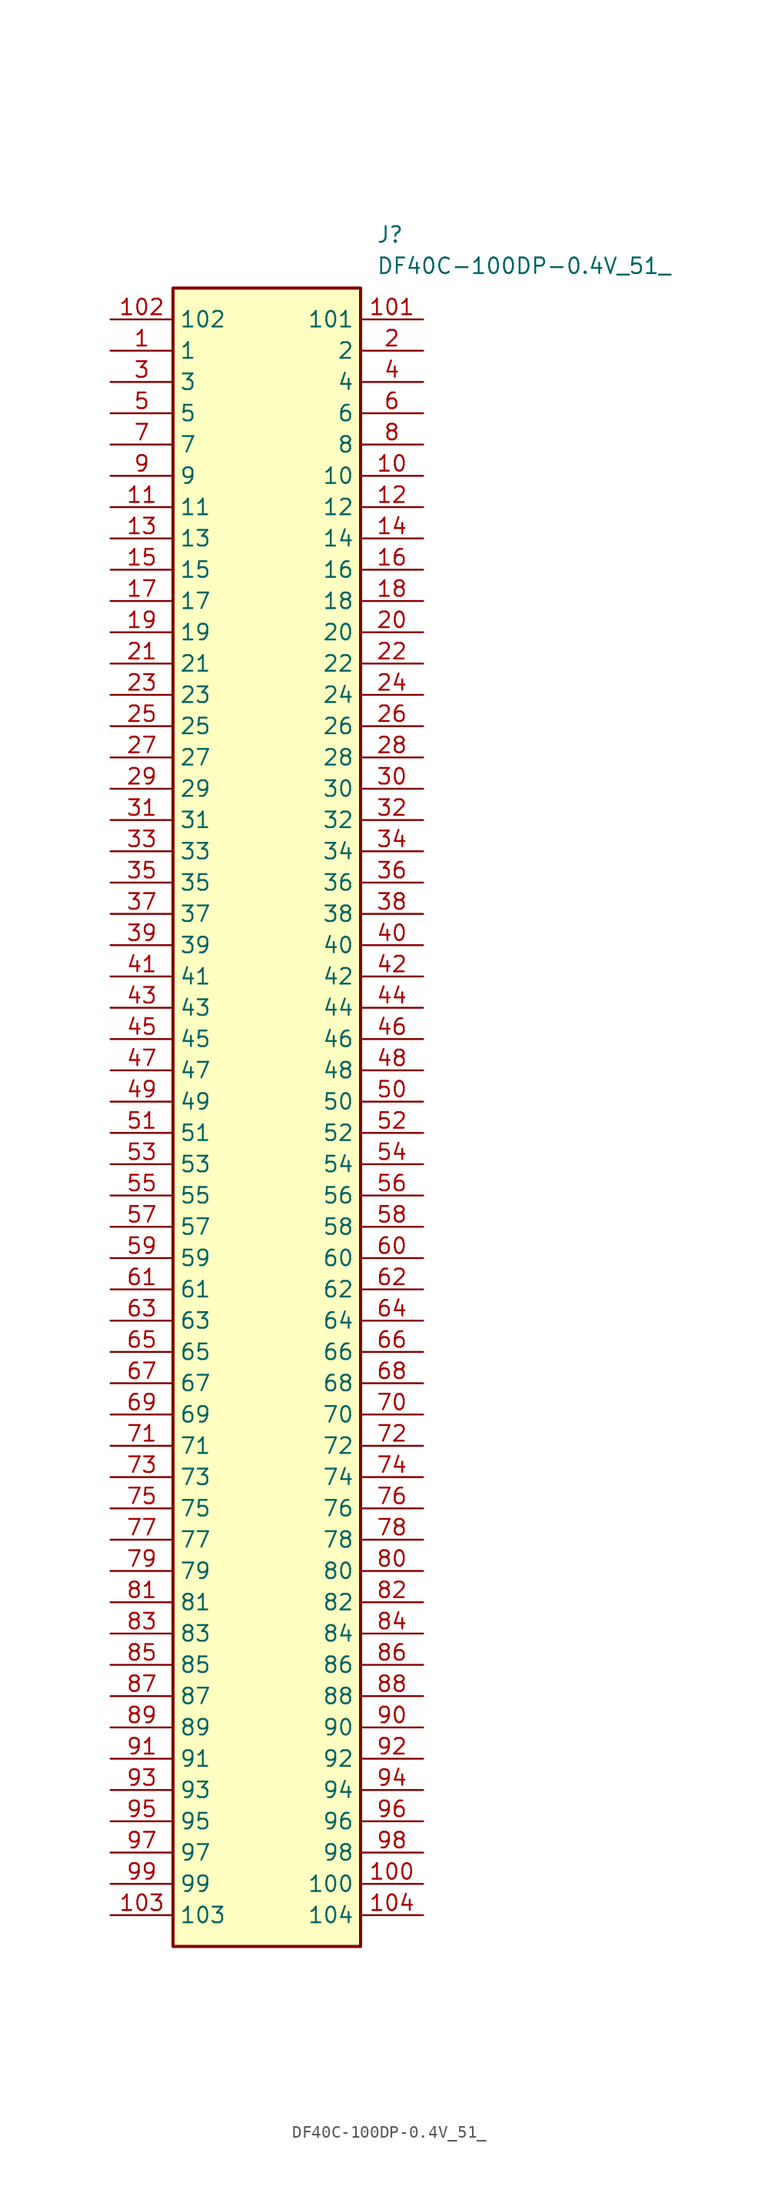
<source format=kicad_sym>
(kicad_symbol_lib
  (version 20211014)
  (generator SamacSys_ECAD_Model)
  (symbol "DF40C-100DP-0.4V_51_"
    (property "Reference" "J"
      (at 21.59 7.62 0)
      (effects (font (size 1.27 1.27)) (justify left top)))
    (property "Value" "DF40C-100DP-0.4V_51_"
      (at 21.59 5.08 0)
      (effects (font (size 1.27 1.27)) (justify left top)))
    (rectangle
      (start 5.08 2.54)
      (end 20.32 -132.08)
      (stroke (width 0.254) (type default))
      (fill (type background)))
    (pin passive line
      (at 0 -2.54 0)
      (length 5.08)
      (name "1" (effects (font (size 1.27 1.27))))
      (number "1" (effects (font (size 1.27 1.27)))))
    (pin passive line
      (at 25.4 -2.54 180)
      (length 5.08)
      (name "2" (effects (font (size 1.27 1.27))))
      (number "2" (effects (font (size 1.27 1.27)))))
    (pin passive line
      (at 0 -5.08 0)
      (length 5.08)
      (name "3" (effects (font (size 1.27 1.27))))
      (number "3" (effects (font (size 1.27 1.27)))))
    (pin passive line
      (at 25.4 -5.08 180)
      (length 5.08)
      (name "4" (effects (font (size 1.27 1.27))))
      (number "4" (effects (font (size 1.27 1.27)))))
    (pin passive line
      (at 0 -7.62 0)
      (length 5.08)
      (name "5" (effects (font (size 1.27 1.27))))
      (number "5" (effects (font (size 1.27 1.27)))))
    (pin passive line
      (at 25.4 -7.62 180)
      (length 5.08)
      (name "6" (effects (font (size 1.27 1.27))))
      (number "6" (effects (font (size 1.27 1.27)))))
    (pin passive line
      (at 0 -10.16 0)
      (length 5.08)
      (name "7" (effects (font (size 1.27 1.27))))
      (number "7" (effects (font (size 1.27 1.27)))))
    (pin passive line
      (at 25.4 -10.16 180)
      (length 5.08)
      (name "8" (effects (font (size 1.27 1.27))))
      (number "8" (effects (font (size 1.27 1.27)))))
    (pin passive line
      (at 0 -12.7 0)
      (length 5.08)
      (name "9" (effects (font (size 1.27 1.27))))
      (number "9" (effects (font (size 1.27 1.27)))))
    (pin passive line
      (at 25.4 -12.7 180)
      (length 5.08)
      (name "10" (effects (font (size 1.27 1.27))))
      (number "10" (effects (font (size 1.27 1.27)))))
    (pin passive line
      (at 0 -15.24 0)
      (length 5.08)
      (name "11" (effects (font (size 1.27 1.27))))
      (number "11" (effects (font (size 1.27 1.27)))))
    (pin passive line
      (at 25.4 -15.24 180)
      (length 5.08)
      (name "12" (effects (font (size 1.27 1.27))))
      (number "12" (effects (font (size 1.27 1.27)))))
    (pin passive line
      (at 0 -17.78 0)
      (length 5.08)
      (name "13" (effects (font (size 1.27 1.27))))
      (number "13" (effects (font (size 1.27 1.27)))))
    (pin passive line
      (at 25.4 -17.78 180)
      (length 5.08)
      (name "14" (effects (font (size 1.27 1.27))))
      (number "14" (effects (font (size 1.27 1.27)))))
    (pin passive line
      (at 0 -20.32 0)
      (length 5.08)
      (name "15" (effects (font (size 1.27 1.27))))
      (number "15" (effects (font (size 1.27 1.27)))))
    (pin passive line
      (at 25.4 -20.32 180)
      (length 5.08)
      (name "16" (effects (font (size 1.27 1.27))))
      (number "16" (effects (font (size 1.27 1.27)))))
    (pin passive line
      (at 0 -22.86 0)
      (length 5.08)
      (name "17" (effects (font (size 1.27 1.27))))
      (number "17" (effects (font (size 1.27 1.27)))))
    (pin passive line
      (at 25.4 -22.86 180)
      (length 5.08)
      (name "18" (effects (font (size 1.27 1.27))))
      (number "18" (effects (font (size 1.27 1.27)))))
    (pin passive line
      (at 0 -25.4 0)
      (length 5.08)
      (name "19" (effects (font (size 1.27 1.27))))
      (number "19" (effects (font (size 1.27 1.27)))))
    (pin passive line
      (at 25.4 -25.4 180)
      (length 5.08)
      (name "20" (effects (font (size 1.27 1.27))))
      (number "20" (effects (font (size 1.27 1.27)))))
    (pin passive line
      (at 0 -27.94 0)
      (length 5.08)
      (name "21" (effects (font (size 1.27 1.27))))
      (number "21" (effects (font (size 1.27 1.27)))))
    (pin passive line
      (at 25.4 -27.94 180)
      (length 5.08)
      (name "22" (effects (font (size 1.27 1.27))))
      (number "22" (effects (font (size 1.27 1.27)))))
    (pin passive line
      (at 0 -30.48 0)
      (length 5.08)
      (name "23" (effects (font (size 1.27 1.27))))
      (number "23" (effects (font (size 1.27 1.27)))))
    (pin passive line
      (at 25.4 -30.48 180)
      (length 5.08)
      (name "24" (effects (font (size 1.27 1.27))))
      (number "24" (effects (font (size 1.27 1.27)))))
    (pin passive line
      (at 0 -33.02 0)
      (length 5.08)
      (name "25" (effects (font (size 1.27 1.27))))
      (number "25" (effects (font (size 1.27 1.27)))))
    (pin passive line
      (at 25.4 -33.02 180)
      (length 5.08)
      (name "26" (effects (font (size 1.27 1.27))))
      (number "26" (effects (font (size 1.27 1.27)))))
    (pin passive line
      (at 0 -35.56 0)
      (length 5.08)
      (name "27" (effects (font (size 1.27 1.27))))
      (number "27" (effects (font (size 1.27 1.27)))))
    (pin passive line
      (at 25.4 -35.56 180)
      (length 5.08)
      (name "28" (effects (font (size 1.27 1.27))))
      (number "28" (effects (font (size 1.27 1.27)))))
    (pin passive line
      (at 0 -38.1 0)
      (length 5.08)
      (name "29" (effects (font (size 1.27 1.27))))
      (number "29" (effects (font (size 1.27 1.27)))))
    (pin passive line
      (at 25.4 -38.1 180)
      (length 5.08)
      (name "30" (effects (font (size 1.27 1.27))))
      (number "30" (effects (font (size 1.27 1.27)))))
    (pin passive line
      (at 0 -40.64 0)
      (length 5.08)
      (name "31" (effects (font (size 1.27 1.27))))
      (number "31" (effects (font (size 1.27 1.27)))))
    (pin passive line
      (at 25.4 -40.64 180)
      (length 5.08)
      (name "32" (effects (font (size 1.27 1.27))))
      (number "32" (effects (font (size 1.27 1.27)))))
    (pin passive line
      (at 0 -43.18 0)
      (length 5.08)
      (name "33" (effects (font (size 1.27 1.27))))
      (number "33" (effects (font (size 1.27 1.27)))))
    (pin passive line
      (at 25.4 -43.18 180)
      (length 5.08)
      (name "34" (effects (font (size 1.27 1.27))))
      (number "34" (effects (font (size 1.27 1.27)))))
    (pin passive line
      (at 0 -45.72 0)
      (length 5.08)
      (name "35" (effects (font (size 1.27 1.27))))
      (number "35" (effects (font (size 1.27 1.27)))))
    (pin passive line
      (at 25.4 -45.72 180)
      (length 5.08)
      (name "36" (effects (font (size 1.27 1.27))))
      (number "36" (effects (font (size 1.27 1.27)))))
    (pin passive line
      (at 0 -48.26 0)
      (length 5.08)
      (name "37" (effects (font (size 1.27 1.27))))
      (number "37" (effects (font (size 1.27 1.27)))))
    (pin passive line
      (at 25.4 -48.26 180)
      (length 5.08)
      (name "38" (effects (font (size 1.27 1.27))))
      (number "38" (effects (font (size 1.27 1.27)))))
    (pin passive line
      (at 0 -50.8 0)
      (length 5.08)
      (name "39" (effects (font (size 1.27 1.27))))
      (number "39" (effects (font (size 1.27 1.27)))))
    (pin passive line
      (at 25.4 -50.8 180)
      (length 5.08)
      (name "40" (effects (font (size 1.27 1.27))))
      (number "40" (effects (font (size 1.27 1.27)))))
    (pin passive line
      (at 0 -53.34 0)
      (length 5.08)
      (name "41" (effects (font (size 1.27 1.27))))
      (number "41" (effects (font (size 1.27 1.27)))))
    (pin passive line
      (at 25.4 -53.34 180)
      (length 5.08)
      (name "42" (effects (font (size 1.27 1.27))))
      (number "42" (effects (font (size 1.27 1.27)))))
    (pin passive line
      (at 0 -55.88 0)
      (length 5.08)
      (name "43" (effects (font (size 1.27 1.27))))
      (number "43" (effects (font (size 1.27 1.27)))))
    (pin passive line
      (at 25.4 -55.88 180)
      (length 5.08)
      (name "44" (effects (font (size 1.27 1.27))))
      (number "44" (effects (font (size 1.27 1.27)))))
    (pin passive line
      (at 0 -58.42 0)
      (length 5.08)
      (name "45" (effects (font (size 1.27 1.27))))
      (number "45" (effects (font (size 1.27 1.27)))))
    (pin passive line
      (at 25.4 -58.42 180)
      (length 5.08)
      (name "46" (effects (font (size 1.27 1.27))))
      (number "46" (effects (font (size 1.27 1.27)))))
    (pin passive line
      (at 0 -60.96 0)
      (length 5.08)
      (name "47" (effects (font (size 1.27 1.27))))
      (number "47" (effects (font (size 1.27 1.27)))))
    (pin passive line
      (at 25.4 -60.96 180)
      (length 5.08)
      (name "48" (effects (font (size 1.27 1.27))))
      (number "48" (effects (font (size 1.27 1.27)))))
    (pin passive line
      (at 0 -63.5 0)
      (length 5.08)
      (name "49" (effects (font (size 1.27 1.27))))
      (number "49" (effects (font (size 1.27 1.27)))))
    (pin passive line
      (at 25.4 -63.5 180)
      (length 5.08)
      (name "50" (effects (font (size 1.27 1.27))))
      (number "50" (effects (font (size 1.27 1.27)))))
    (pin passive line
      (at 0 -66.04 0)
      (length 5.08)
      (name "51" (effects (font (size 1.27 1.27))))
      (number "51" (effects (font (size 1.27 1.27)))))
    (pin passive line
      (at 25.4 -66.04 180)
      (length 5.08)
      (name "52" (effects (font (size 1.27 1.27))))
      (number "52" (effects (font (size 1.27 1.27)))))
    (pin passive line
      (at 0 -68.58 0)
      (length 5.08)
      (name "53" (effects (font (size 1.27 1.27))))
      (number "53" (effects (font (size 1.27 1.27)))))
    (pin passive line
      (at 25.4 -68.58 180)
      (length 5.08)
      (name "54" (effects (font (size 1.27 1.27))))
      (number "54" (effects (font (size 1.27 1.27)))))
    (pin passive line
      (at 0 -71.12 0)
      (length 5.08)
      (name "55" (effects (font (size 1.27 1.27))))
      (number "55" (effects (font (size 1.27 1.27)))))
    (pin passive line
      (at 25.4 -71.12 180)
      (length 5.08)
      (name "56" (effects (font (size 1.27 1.27))))
      (number "56" (effects (font (size 1.27 1.27)))))
    (pin passive line
      (at 0 -73.66 0)
      (length 5.08)
      (name "57" (effects (font (size 1.27 1.27))))
      (number "57" (effects (font (size 1.27 1.27)))))
    (pin passive line
      (at 25.4 -73.66 180)
      (length 5.08)
      (name "58" (effects (font (size 1.27 1.27))))
      (number "58" (effects (font (size 1.27 1.27)))))
    (pin passive line
      (at 0 -76.2 0)
      (length 5.08)
      (name "59" (effects (font (size 1.27 1.27))))
      (number "59" (effects (font (size 1.27 1.27)))))
    (pin passive line
      (at 25.4 -76.2 180)
      (length 5.08)
      (name "60" (effects (font (size 1.27 1.27))))
      (number "60" (effects (font (size 1.27 1.27)))))
    (pin passive line
      (at 0 -78.74 0)
      (length 5.08)
      (name "61" (effects (font (size 1.27 1.27))))
      (number "61" (effects (font (size 1.27 1.27)))))
    (pin passive line
      (at 25.4 -78.74 180)
      (length 5.08)
      (name "62" (effects (font (size 1.27 1.27))))
      (number "62" (effects (font (size 1.27 1.27)))))
    (pin passive line
      (at 0 -81.28 0)
      (length 5.08)
      (name "63" (effects (font (size 1.27 1.27))))
      (number "63" (effects (font (size 1.27 1.27)))))
    (pin passive line
      (at 25.4 -81.28 180)
      (length 5.08)
      (name "64" (effects (font (size 1.27 1.27))))
      (number "64" (effects (font (size 1.27 1.27)))))
    (pin passive line
      (at 0 -83.82 0)
      (length 5.08)
      (name "65" (effects (font (size 1.27 1.27))))
      (number "65" (effects (font (size 1.27 1.27)))))
    (pin passive line
      (at 25.4 -83.82 180)
      (length 5.08)
      (name "66" (effects (font (size 1.27 1.27))))
      (number "66" (effects (font (size 1.27 1.27)))))
    (pin passive line
      (at 0 -86.36 0)
      (length 5.08)
      (name "67" (effects (font (size 1.27 1.27))))
      (number "67" (effects (font (size 1.27 1.27)))))
    (pin passive line
      (at 25.4 -86.36 180)
      (length 5.08)
      (name "68" (effects (font (size 1.27 1.27))))
      (number "68" (effects (font (size 1.27 1.27)))))
    (pin passive line
      (at 0 -88.9 0)
      (length 5.08)
      (name "69" (effects (font (size 1.27 1.27))))
      (number "69" (effects (font (size 1.27 1.27)))))
    (pin passive line
      (at 25.4 -88.9 180)
      (length 5.08)
      (name "70" (effects (font (size 1.27 1.27))))
      (number "70" (effects (font (size 1.27 1.27)))))
    (pin passive line
      (at 0 -91.44 0)
      (length 5.08)
      (name "71" (effects (font (size 1.27 1.27))))
      (number "71" (effects (font (size 1.27 1.27)))))
    (pin passive line
      (at 25.4 -91.44 180)
      (length 5.08)
      (name "72" (effects (font (size 1.27 1.27))))
      (number "72" (effects (font (size 1.27 1.27)))))
    (pin passive line
      (at 0 -93.98 0)
      (length 5.08)
      (name "73" (effects (font (size 1.27 1.27))))
      (number "73" (effects (font (size 1.27 1.27)))))
    (pin passive line
      (at 25.4 -93.98 180)
      (length 5.08)
      (name "74" (effects (font (size 1.27 1.27))))
      (number "74" (effects (font (size 1.27 1.27)))))
    (pin passive line
      (at 0 -96.52 0)
      (length 5.08)
      (name "75" (effects (font (size 1.27 1.27))))
      (number "75" (effects (font (size 1.27 1.27)))))
    (pin passive line
      (at 25.4 -96.52 180)
      (length 5.08)
      (name "76" (effects (font (size 1.27 1.27))))
      (number "76" (effects (font (size 1.27 1.27)))))
    (pin passive line
      (at 0 -99.06 0)
      (length 5.08)
      (name "77" (effects (font (size 1.27 1.27))))
      (number "77" (effects (font (size 1.27 1.27)))))
    (pin passive line
      (at 25.4 -99.06 180)
      (length 5.08)
      (name "78" (effects (font (size 1.27 1.27))))
      (number "78" (effects (font (size 1.27 1.27)))))
    (pin passive line
      (at 0 -101.6 0)
      (length 5.08)
      (name "79" (effects (font (size 1.27 1.27))))
      (number "79" (effects (font (size 1.27 1.27)))))
    (pin passive line
      (at 25.4 -101.6 180)
      (length 5.08)
      (name "80" (effects (font (size 1.27 1.27))))
      (number "80" (effects (font (size 1.27 1.27)))))
    (pin passive line
      (at 0 -104.14 0)
      (length 5.08)
      (name "81" (effects (font (size 1.27 1.27))))
      (number "81" (effects (font (size 1.27 1.27)))))
    (pin passive line
      (at 25.4 -104.14 180)
      (length 5.08)
      (name "82" (effects (font (size 1.27 1.27))))
      (number "82" (effects (font (size 1.27 1.27)))))
    (pin passive line
      (at 0 -106.68 0)
      (length 5.08)
      (name "83" (effects (font (size 1.27 1.27))))
      (number "83" (effects (font (size 1.27 1.27)))))
    (pin passive line
      (at 25.4 -106.68 180)
      (length 5.08)
      (name "84" (effects (font (size 1.27 1.27))))
      (number "84" (effects (font (size 1.27 1.27)))))
    (pin passive line
      (at 0 -109.22 0)
      (length 5.08)
      (name "85" (effects (font (size 1.27 1.27))))
      (number "85" (effects (font (size 1.27 1.27)))))
    (pin passive line
      (at 25.4 -109.22 180)
      (length 5.08)
      (name "86" (effects (font (size 1.27 1.27))))
      (number "86" (effects (font (size 1.27 1.27)))))
    (pin passive line
      (at 0 -111.76 0)
      (length 5.08)
      (name "87" (effects (font (size 1.27 1.27))))
      (number "87" (effects (font (size 1.27 1.27)))))
    (pin passive line
      (at 25.4 -111.76 180)
      (length 5.08)
      (name "88" (effects (font (size 1.27 1.27))))
      (number "88" (effects (font (size 1.27 1.27)))))
    (pin passive line
      (at 0 -114.3 0)
      (length 5.08)
      (name "89" (effects (font (size 1.27 1.27))))
      (number "89" (effects (font (size 1.27 1.27)))))
    (pin passive line
      (at 25.4 -114.3 180)
      (length 5.08)
      (name "90" (effects (font (size 1.27 1.27))))
      (number "90" (effects (font (size 1.27 1.27)))))
    (pin passive line
      (at 0 -116.84 0)
      (length 5.08)
      (name "91" (effects (font (size 1.27 1.27))))
      (number "91" (effects (font (size 1.27 1.27)))))
    (pin passive line
      (at 25.4 -116.84 180)
      (length 5.08)
      (name "92" (effects (font (size 1.27 1.27))))
      (number "92" (effects (font (size 1.27 1.27)))))
    (pin passive line
      (at 0 -119.38 0)
      (length 5.08)
      (name "93" (effects (font (size 1.27 1.27))))
      (number "93" (effects (font (size 1.27 1.27)))))
    (pin passive line
      (at 25.4 -119.38 180)
      (length 5.08)
      (name "94" (effects (font (size 1.27 1.27))))
      (number "94" (effects (font (size 1.27 1.27)))))
    (pin passive line
      (at 0 -121.92 0)
      (length 5.08)
      (name "95" (effects (font (size 1.27 1.27))))
      (number "95" (effects (font (size 1.27 1.27)))))
    (pin passive line
      (at 25.4 -121.92 180)
      (length 5.08)
      (name "96" (effects (font (size 1.27 1.27))))
      (number "96" (effects (font (size 1.27 1.27)))))
    (pin passive line
      (at 0 -124.46 0)
      (length 5.08)
      (name "97" (effects (font (size 1.27 1.27))))
      (number "97" (effects (font (size 1.27 1.27)))))
    (pin passive line
      (at 25.4 -124.46 180)
      (length 5.08)
      (name "98" (effects (font (size 1.27 1.27))))
      (number "98" (effects (font (size 1.27 1.27)))))
    (pin passive line
      (at 0 -127 0)
      (length 5.08)
      (name "99" (effects (font (size 1.27 1.27))))
      (number "99" (effects (font (size 1.27 1.27)))))
    (pin passive line
      (at 25.4 -127 180)
      (length 5.08)
      (name "100" (effects (font (size 1.27 1.27))))
      (number "100" (effects (font (size 1.27 1.27)))))
    (pin passive line
      (at 25.4 0 180)
      (length 5.08)
      (name "101" (effects (font (size 1.27 1.27))))
      (number "101" (effects (font (size 1.27 1.27)))))
    (pin passive line
      (at 0 0 0)
      (length 5.08)
      (name "102" (effects (font (size 1.27 1.27))))
      (number "102" (effects (font (size 1.27 1.27)))))
    (pin passive line
      (at 0 -129.54 0)
      (length 5.08)
      (name "103" (effects (font (size 1.27 1.27))))
      (number "103" (effects (font (size 1.27 1.27)))))
    (pin passive line
      (at 25.4 -129.54 180)
      (length 5.08)
      (name "104" (effects (font (size 1.27 1.27))))
      (number "104" (effects (font (size 1.27 1.27)))))))
</source>
